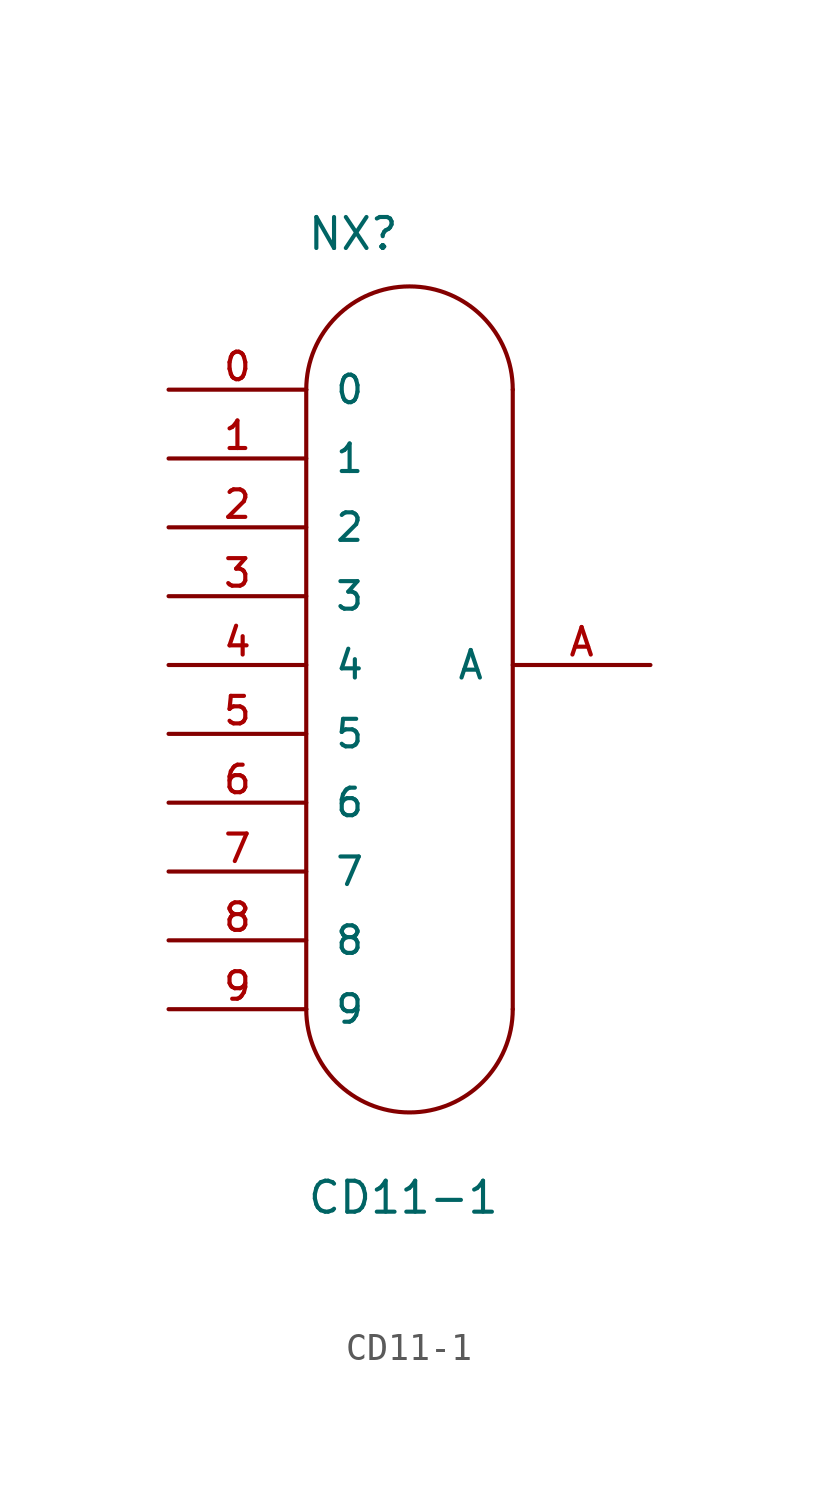
<source format=kicad_sym>
(kicad_symbol_lib
  (version 20241209)
  (generator "kicad_symbol_editor")
  (generator_version "9.0")
  (symbol "CD11-1"
    (pin_names
      (offset 1.016))
    (property "Reference" "NX"
      (at -22.86 12.7 0)
      (effects (font (size 1.143 1.143)) (justify left bottom)))
    (property "Value" "CD11-1"
      (at -22.86 -22.86 0)
      (effects (font (size 1.143 1.143)) (justify left bottom)))
    (property "ki_locked" ""
      (at 0 0 0)
      (effects (font (size 1.27 1.27))))
    (symbol "CD11-1_1_0"
      (polyline (pts (xy -22.86 7.62) (xy -22.86 -15.24)) (stroke (width 0) (type default)) (fill (type none)))
      (polyline (pts (xy -15.24 7.62) (xy -15.24 -15.24)) (stroke (width 0) (type default)) (fill (type none))))
    (symbol "CD11-1_1_1"
      (arc (start -22.86 7.62) (mid -19.05 11.4133) (end -15.24 7.62) (stroke (width 0) (type default)) (fill (type none)))
      (arc (start -15.24 -15.24) (mid -19.05 -19.0333) (end -22.86 -15.24) (stroke (width 0) (type default)) (fill (type none)))
      (pin passive line (at -27.94 7.62 0) (length 5.08) (name "0" (effects (font (size 1.016 1.016)))) (number "0" (effects (font (size 1.016 1.016)))))
      (pin passive line (at -27.94 5.08 0) (length 5.08) (name "1" (effects (font (size 1.016 1.016)))) (number "1" (effects (font (size 1.016 1.016)))))
      (pin passive line (at -27.94 2.54 0) (length 5.08) (name "2" (effects (font (size 1.016 1.016)))) (number "2" (effects (font (size 1.016 1.016)))))
      (pin passive line (at -27.94 0 0) (length 5.08) (name "3" (effects (font (size 1.016 1.016)))) (number "3" (effects (font (size 1.016 1.016)))))
      (pin passive line (at -27.94 -2.54 0) (length 5.08) (name "4" (effects (font (size 1.016 1.016)))) (number "4" (effects (font (size 1.016 1.016)))))
      (pin passive line (at -27.94 -5.08 0) (length 5.08) (name "5" (effects (font (size 1.016 1.016)))) (number "5" (effects (font (size 1.016 1.016)))))
      (pin passive line (at -27.94 -7.62 0) (length 5.08) (name "6" (effects (font (size 1.016 1.016)))) (number "6" (effects (font (size 1.016 1.016)))))
      (pin passive line (at -27.94 -10.16 0) (length 5.08) (name "7" (effects (font (size 1.016 1.016)))) (number "7" (effects (font (size 1.016 1.016)))))
      (pin passive line (at -27.94 -12.7 0) (length 5.08) (name "8" (effects (font (size 1.016 1.016)))) (number "8" (effects (font (size 1.016 1.016)))))
      (pin passive line (at -27.94 -15.24 0) (length 5.08) (name "9" (effects (font (size 1.016 1.016)))) (number "9" (effects (font (size 1.016 1.016)))))
      (pin passive line (at -10.16 -2.54 180) (length 5.08) (name "A" (effects (font (size 1.016 1.016)))) (number "A" (effects (font (size 1.016 1.016))))))))
</source>
